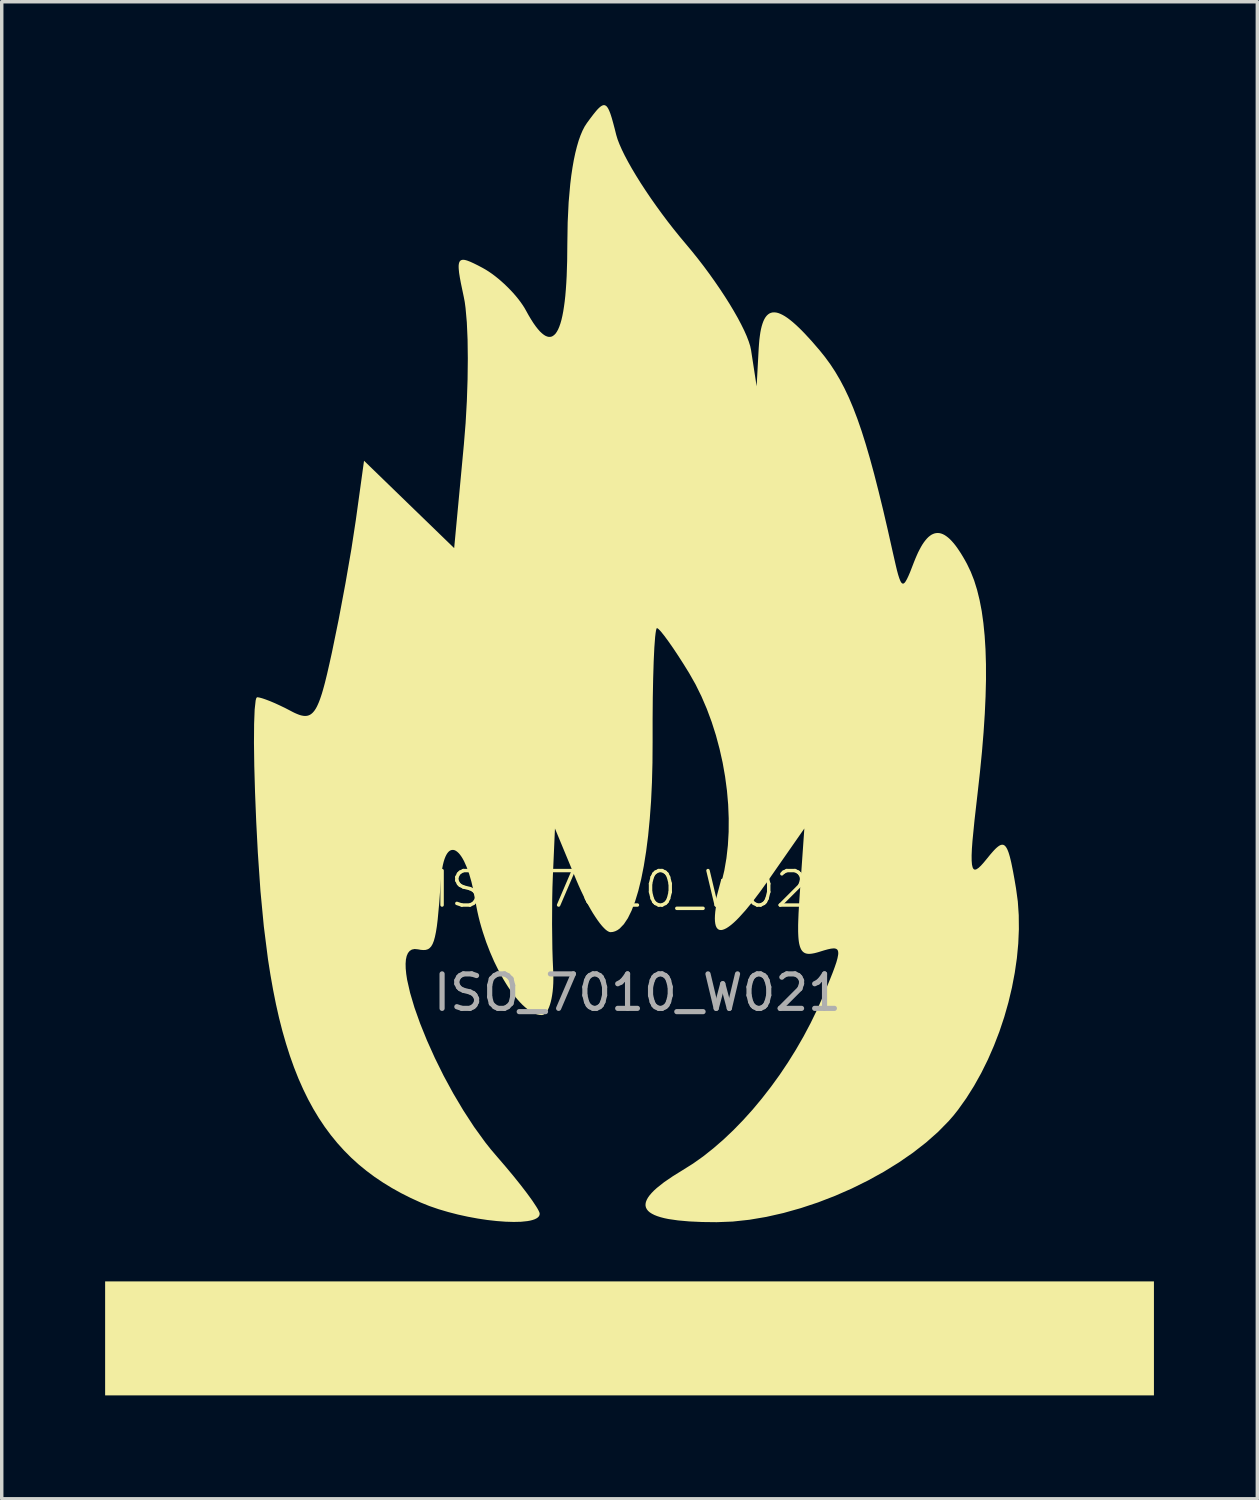
<source format=kicad_pcb>
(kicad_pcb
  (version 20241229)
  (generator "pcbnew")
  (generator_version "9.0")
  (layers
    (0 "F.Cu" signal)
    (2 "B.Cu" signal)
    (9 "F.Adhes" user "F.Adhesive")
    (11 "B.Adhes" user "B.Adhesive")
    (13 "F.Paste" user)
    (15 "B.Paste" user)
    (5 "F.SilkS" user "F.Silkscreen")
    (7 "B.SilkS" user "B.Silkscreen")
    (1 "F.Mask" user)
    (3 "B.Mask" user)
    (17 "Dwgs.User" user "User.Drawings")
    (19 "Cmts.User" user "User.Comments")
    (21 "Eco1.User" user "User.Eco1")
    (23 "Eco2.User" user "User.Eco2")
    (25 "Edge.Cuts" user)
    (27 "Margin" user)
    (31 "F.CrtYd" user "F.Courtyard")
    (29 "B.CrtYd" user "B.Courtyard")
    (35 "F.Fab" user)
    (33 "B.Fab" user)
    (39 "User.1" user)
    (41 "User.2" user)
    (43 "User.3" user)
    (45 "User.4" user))
  (footprint "ISO_7010_W021"
    (layer "F.Cu")
    (at 15.442 23.249)
    (property "Reference" "ISO_7010_W021" (at 0 -0.5 0) (unlocked yes) (layer "F.SilkS") (effects (font (size 1 1) (thickness 0.1))))
    (attr through_hole)
    (fp_poly (pts (xy 14.985 14.183) (xy -15.442 14.183) (xy -15.442 10.876) (xy 14.985 10.876)) (stroke (width 0) (type solid)) (fill yes) (layer "F.SilkS"))
    (fp_poly (pts (xy -0.957 -23.248) (xy -0.936 -23.242) (xy -0.915 -23.231) (xy -0.895 -23.215) (xy -0.876 -23.192) (xy -0.857 -23.165) (xy -0.839 -23.132) (xy -0.821 -23.093) (xy -0.802 -23.048) (xy -0.783 -22.998) (xy -0.745 -22.88) (xy -0.705 -22.738) (xy -0.661 -22.572) (xy -0.613 -22.381) (xy -0.575 -22.256) (xy -0.52 -22.113) (xy -0.45 -21.955) (xy -0.366 -21.783) (xy -0.268 -21.599) (xy -0.158 -21.404) (xy -0.036 -21.2) (xy 0.096 -20.988) (xy 0.238 -20.771) (xy 0.387 -20.55) (xy 0.545 -20.326) (xy 0.708 -20.101) (xy 0.876 -19.877) (xy 1.049 -19.655) (xy 1.225 -19.437) (xy 1.403 -19.224) (xy 1.58 -19.012) (xy 1.754 -18.795) (xy 1.924 -18.575) (xy 2.088 -18.353) (xy 2.246 -18.131) (xy 2.397 -17.911) (xy 2.54 -17.694) (xy 2.674 -17.482) (xy 2.797 -17.276) (xy 2.91 -17.078) (xy 3.01 -16.889) (xy 3.098 -16.711) (xy 3.171 -16.546) (xy 3.229 -16.395) (xy 3.272 -16.26) (xy 3.297 -16.143) (xy 3.459 -15.091) (xy 3.519 -16.194) (xy 3.528 -16.321) (xy 3.538 -16.441) (xy 3.552 -16.552) (xy 3.567 -16.655) (xy 3.585 -16.749) (xy 3.606 -16.835) (xy 3.63 -16.913) (xy 3.656 -16.983) (xy 3.685 -17.044) (xy 3.717 -17.097) (xy 3.752 -17.141) (xy 3.79 -17.177) (xy 3.831 -17.205) (xy 3.875 -17.224) (xy 3.923 -17.235) (xy 3.973 -17.237) (xy 4.027 -17.232) (xy 4.085 -17.218) (xy 4.145 -17.195) (xy 4.21 -17.164) (xy 4.278 -17.125) (xy 4.35 -17.077) (xy 4.425 -17.021) (xy 4.504 -16.957) (xy 4.587 -16.884) (xy 4.674 -16.803) (xy 4.765 -16.714) (xy 4.86 -16.616) (xy 5.063 -16.395) (xy 5.283 -16.14) (xy 5.443 -15.941) (xy 5.595 -15.733) (xy 5.739 -15.514) (xy 5.876 -15.281) (xy 6.008 -15.031) (xy 6.136 -14.761) (xy 6.26 -14.467) (xy 6.382 -14.147) (xy 6.503 -13.798) (xy 6.623 -13.417) (xy 6.745 -13) (xy 6.869 -12.545) (xy 6.996 -12.048) (xy 7.128 -11.508) (xy 7.265 -10.919) (xy 7.408 -10.281) (xy 7.495 -9.9) (xy 7.531 -9.749) (xy 7.565 -9.624) (xy 7.597 -9.524) (xy 7.627 -9.449) (xy 7.642 -9.42) (xy 7.656 -9.398) (xy 7.671 -9.382) (xy 7.686 -9.372) (xy 7.701 -9.367) (xy 7.716 -9.369) (xy 7.732 -9.376) (xy 7.748 -9.389) (xy 7.765 -9.408) (xy 7.782 -9.433) (xy 7.82 -9.499) (xy 7.862 -9.587) (xy 7.909 -9.696) (xy 8.019 -9.98) (xy 8.061 -10.085) (xy 8.103 -10.183) (xy 8.144 -10.274) (xy 8.187 -10.358) (xy 8.229 -10.436) (xy 8.271 -10.507) (xy 8.314 -10.57) (xy 8.358 -10.627) (xy 8.401 -10.677) (xy 8.445 -10.721) (xy 8.49 -10.757) (xy 8.534 -10.787) (xy 8.58 -10.809) (xy 8.625 -10.825) (xy 8.672 -10.834) (xy 8.718 -10.836) (xy 8.766 -10.832) (xy 8.814 -10.82) (xy 8.862 -10.802) (xy 8.911 -10.777) (xy 8.961 -10.744) (xy 9.012 -10.705) (xy 9.063 -10.66) (xy 9.115 -10.607) (xy 9.168 -10.547) (xy 9.222 -10.481) (xy 9.276 -10.408) (xy 9.331 -10.327) (xy 9.388 -10.24) (xy 9.445 -10.146) (xy 9.503 -10.046) (xy 9.562 -9.938) (xy 9.671 -9.71) (xy 9.769 -9.461) (xy 9.854 -9.188) (xy 9.927 -8.891) (xy 9.989 -8.57) (xy 10.037 -8.225) (xy 10.074 -7.853) (xy 10.099 -7.456) (xy 10.112 -7.032) (xy 10.113 -6.581) (xy 10.101 -6.102) (xy 10.078 -5.594) (xy 10.043 -5.057) (xy 9.996 -4.49) (xy 9.937 -3.893) (xy 9.867 -3.265) (xy 9.779 -2.495) (xy 9.721 -1.906) (xy 9.704 -1.676) (xy 9.696 -1.485) (xy 9.697 -1.333) (xy 9.706 -1.217) (xy 9.725 -1.136) (xy 9.738 -1.108) (xy 9.753 -1.088) (xy 9.771 -1.075) (xy 9.791 -1.07) (xy 9.814 -1.073) (xy 9.839 -1.082) (xy 9.898 -1.121) (xy 9.967 -1.186) (xy 10.046 -1.274) (xy 10.137 -1.384) (xy 10.232 -1.501) (xy 10.317 -1.599) (xy 10.356 -1.641) (xy 10.393 -1.679) (xy 10.428 -1.711) (xy 10.461 -1.738) (xy 10.492 -1.76) (xy 10.521 -1.776) (xy 10.549 -1.787) (xy 10.575 -1.792) (xy 10.588 -1.792) (xy 10.601 -1.791) (xy 10.613 -1.789) (xy 10.624 -1.785) (xy 10.636 -1.78) (xy 10.647 -1.773) (xy 10.669 -1.754) (xy 10.69 -1.729) (xy 10.71 -1.698) (xy 10.73 -1.661) (xy 10.749 -1.616) (xy 10.768 -1.566) (xy 10.786 -1.508) (xy 10.805 -1.443) (xy 10.823 -1.371) (xy 10.842 -1.292) (xy 10.86 -1.206) (xy 10.899 -1.011) (xy 10.94 -0.785) (xy 10.984 -0.527) (xy 11.036 -0.145) (xy 11.063 0.251) (xy 11.067 0.659) (xy 11.049 1.075) (xy 11.009 1.498) (xy 10.947 1.925) (xy 10.865 2.354) (xy 10.763 2.783) (xy 10.642 3.208) (xy 10.502 3.628) (xy 10.343 4.04) (xy 10.168 4.441) (xy 9.975 4.831) (xy 9.766 5.205) (xy 9.542 5.561) (xy 9.302 5.898) (xy 9.173 6.061) (xy 9.033 6.222) (xy 8.722 6.539) (xy 8.375 6.846) (xy 7.994 7.143) (xy 7.584 7.426) (xy 7.149 7.695) (xy 6.693 7.947) (xy 6.22 8.181) (xy 5.734 8.394) (xy 5.239 8.585) (xy 4.738 8.751) (xy 4.237 8.892) (xy 3.738 9.005) (xy 3.247 9.088) (xy 2.766 9.14) (xy 2.3 9.158) (xy 1.879 9.153) (xy 1.506 9.136) (xy 1.18 9.107) (xy 0.903 9.067) (xy 0.782 9.042) (xy 0.674 9.014) (xy 0.577 8.983) (xy 0.492 8.949) (xy 0.42 8.912) (xy 0.359 8.873) (xy 0.31 8.83) (xy 0.274 8.784) (xy 0.249 8.735) (xy 0.236 8.683) (xy 0.236 8.629) (xy 0.247 8.571) (xy 0.271 8.51) (xy 0.306 8.446) (xy 0.353 8.38) (xy 0.413 8.31) (xy 0.484 8.237) (xy 0.567 8.162) (xy 0.77 8.001) (xy 1.021 7.829) (xy 1.319 7.644) (xy 1.615 7.458) (xy 1.911 7.248) (xy 2.204 7.015) (xy 2.496 6.762) (xy 2.783 6.49) (xy 3.066 6.199) (xy 3.343 5.892) (xy 3.612 5.569) (xy 3.874 5.232) (xy 4.127 4.883) (xy 4.369 4.522) (xy 4.6 4.151) (xy 4.819 3.771) (xy 5.024 3.384) (xy 5.215 2.991) (xy 5.39 2.593) (xy 5.586 2.117) (xy 5.663 1.924) (xy 5.725 1.757) (xy 5.773 1.616) (xy 5.805 1.499) (xy 5.823 1.405) (xy 5.827 1.366) (xy 5.826 1.331) (xy 5.822 1.302) (xy 5.814 1.277) (xy 5.803 1.257) (xy 5.787 1.241) (xy 5.768 1.229) (xy 5.745 1.221) (xy 5.718 1.216) (xy 5.687 1.215) (xy 5.614 1.223) (xy 5.525 1.242) (xy 5.42 1.271) (xy 5.3 1.308) (xy 5.242 1.326) (xy 5.187 1.341) (xy 5.135 1.354) (xy 5.086 1.363) (xy 5.041 1.37) (xy 4.998 1.373) (xy 4.958 1.373) (xy 4.921 1.369) (xy 4.887 1.361) (xy 4.856 1.349) (xy 4.827 1.332) (xy 4.801 1.311) (xy 4.778 1.286) (xy 4.756 1.255) (xy 4.738 1.219) (xy 4.721 1.178) (xy 4.707 1.132) (xy 4.694 1.08) (xy 4.684 1.022) (xy 4.676 0.957) (xy 4.67 0.887) (xy 4.666 0.81) (xy 4.663 0.726) (xy 4.663 0.635) (xy 4.663 0.538) (xy 4.666 0.432) (xy 4.675 0.2) (xy 4.69 -0.065) (xy 4.71 -0.363) (xy 4.843 -2.263) (xy 3.796 -0.76) (xy 3.557 -0.425) (xy 3.337 -0.135) (xy 3.135 0.111) (xy 2.953 0.313) (xy 2.87 0.398) (xy 2.791 0.472) (xy 2.718 0.534) (xy 2.649 0.586) (xy 2.586 0.627) (xy 2.528 0.656) (xy 2.476 0.675) (xy 2.428 0.683) (xy 2.386 0.679) (xy 2.35 0.665) (xy 2.319 0.639) (xy 2.293 0.603) (xy 2.273 0.555) (xy 2.259 0.497) (xy 2.25 0.427) (xy 2.247 0.346) (xy 2.25 0.255) (xy 2.259 0.152) (xy 2.274 0.038) (xy 2.295 -0.087) (xy 2.354 -0.369) (xy 2.438 -0.696) (xy 2.521 -1.042) (xy 2.583 -1.403) (xy 2.625 -1.778) (xy 2.647 -2.164) (xy 2.649 -2.558) (xy 2.633 -2.959) (xy 2.598 -3.363) (xy 2.544 -3.769) (xy 2.473 -4.173) (xy 2.383 -4.574) (xy 2.277 -4.97) (xy 2.154 -5.356) (xy 2.014 -5.733) (xy 1.858 -6.096) (xy 1.687 -6.443) (xy 1.5 -6.773) (xy 1.338 -7.035) (xy 1.181 -7.279) (xy 1.034 -7.5) (xy 0.899 -7.693) (xy 0.782 -7.852) (xy 0.685 -7.973) (xy 0.645 -8.017) (xy 0.612 -8.049) (xy 0.586 -8.069) (xy 0.568 -8.076) (xy 0.56 -8.071) (xy 0.553 -8.059) (xy 0.54 -8.008) (xy 0.527 -7.926) (xy 0.514 -7.815) (xy 0.491 -7.509) (xy 0.472 -7.104) (xy 0.457 -6.614) (xy 0.446 -6.053) (xy 0.441 -5.433) (xy 0.441 -4.768) (xy 0.437 -4.172) (xy 0.422 -3.6) (xy 0.396 -3.055) (xy 0.358 -2.539) (xy 0.311 -2.053) (xy 0.253 -1.599) (xy 0.186 -1.18) (xy 0.11 -0.796) (xy 0.025 -0.451) (xy -0.068 -0.145) (xy -0.169 0.119) (xy -0.277 0.339) (xy -0.393 0.513) (xy -0.515 0.64) (xy -0.578 0.685) (xy -0.643 0.717) (xy -0.71 0.737) (xy -0.777 0.744) (xy -0.797 0.742) (xy -0.818 0.736) (xy -0.84 0.726) (xy -0.864 0.713) (xy -0.889 0.696) (xy -0.915 0.676) (xy -0.942 0.652) (xy -0.969 0.625) (xy -0.998 0.595) (xy -1.028 0.562) (xy -1.09 0.486) (xy -1.154 0.399) (xy -1.22 0.302) (xy -1.289 0.195) (xy -1.358 0.079) (xy -1.428 -0.045) (xy -1.498 -0.176) (xy -1.567 -0.314) (xy -1.636 -0.458) (xy -1.703 -0.606) (xy -1.769 -0.76) (xy -2.392 -2.263) (xy -2.454 -0.86) (xy -2.465 -0.551) (xy -2.472 -0.212) (xy -2.476 0.514) (xy -2.467 1.23) (xy -2.457 1.556) (xy -2.444 1.846) (xy -2.439 1.979) (xy -2.438 2.108) (xy -2.441 2.232) (xy -2.448 2.352) (xy -2.459 2.466) (xy -2.474 2.573) (xy -2.492 2.674) (xy -2.513 2.766) (xy -2.538 2.851) (xy -2.565 2.926) (xy -2.595 2.991) (xy -2.628 3.046) (xy -2.663 3.09) (xy -2.682 3.108) (xy -2.701 3.122) (xy -2.72 3.134) (xy -2.74 3.142) (xy -2.76 3.147) (xy -2.781 3.149) (xy -2.845 3.144) (xy -2.911 3.13) (xy -2.978 3.106) (xy -3.046 3.073) (xy -3.116 3.031) (xy -3.186 2.981) (xy -3.257 2.923) (xy -3.329 2.858) (xy -3.4 2.785) (xy -3.472 2.705) (xy -3.544 2.619) (xy -3.616 2.526) (xy -3.687 2.427) (xy -3.758 2.322) (xy -3.827 2.212) (xy -3.896 2.097) (xy -4.029 1.854) (xy -4.157 1.594) (xy -4.276 1.32) (xy -4.386 1.036) (xy -4.484 0.743) (xy -4.529 0.594) (xy -4.571 0.445) (xy -4.609 0.294) (xy -4.643 0.143) (xy -4.673 -0.008) (xy -4.7 -0.158) (xy -4.754 -0.452) (xy -4.815 -0.716) (xy -4.882 -0.949) (xy -4.955 -1.149) (xy -5.03 -1.317) (xy -5.069 -1.388) (xy -5.108 -1.451) (xy -5.147 -1.505) (xy -5.186 -1.55) (xy -5.225 -1.586) (xy -5.264 -1.614) (xy -5.302 -1.633) (xy -5.34 -1.642) (xy -5.376 -1.642) (xy -5.412 -1.633) (xy -5.447 -1.615) (xy -5.48 -1.587) (xy -5.512 -1.549) (xy -5.542 -1.501) (xy -5.57 -1.444) (xy -5.596 -1.377) (xy -5.62 -1.3) (xy -5.642 -1.212) (xy -5.661 -1.115) (xy -5.678 -1.007) (xy -5.702 -0.76) (xy -5.748 -0.12) (xy -5.794 0.375) (xy -5.818 0.574) (xy -5.845 0.742) (xy -5.874 0.882) (xy -5.906 0.997) (xy -5.942 1.088) (xy -5.983 1.158) (xy -6.03 1.208) (xy -6.055 1.226) (xy -6.083 1.241) (xy -6.142 1.259) (xy -6.209 1.263) (xy -6.285 1.257) (xy -6.369 1.242) (xy -6.464 1.233) (xy -6.543 1.249) (xy -6.607 1.289) (xy -6.657 1.351) (xy -6.693 1.434) (xy -6.716 1.538) (xy -6.725 1.659) (xy -6.722 1.799) (xy -6.707 1.954) (xy -6.681 2.125) (xy -6.594 2.507) (xy -6.467 2.935) (xy -6.302 3.398) (xy -6.104 3.888) (xy -5.876 4.395) (xy -5.622 4.909) (xy -5.345 5.419) (xy -5.049 5.917) (xy -4.739 6.393) (xy -4.417 6.838) (xy -4.253 7.045) (xy -4.087 7.24) (xy -3.836 7.532) (xy -3.601 7.813) (xy -3.388 8.079) (xy -3.203 8.32) (xy -3.049 8.532) (xy -2.934 8.706) (xy -2.891 8.777) (xy -2.86 8.836) (xy -2.841 8.882) (xy -2.835 8.915) (xy -2.841 8.954) (xy -2.859 8.989) (xy -2.889 9.021) (xy -2.93 9.049) (xy -2.982 9.074) (xy -3.043 9.095) (xy -3.114 9.113) (xy -3.193 9.127) (xy -3.376 9.146) (xy -3.588 9.151) (xy -3.823 9.144) (xy -4.078 9.125) (xy -4.349 9.095) (xy -4.629 9.053) (xy -4.916 9) (xy -5.205 8.937) (xy -5.491 8.863) (xy -5.769 8.781) (xy -6.036 8.689) (xy -6.287 8.588) (xy -6.287 8.588) (xy -6.287 8.588) (xy -6.287 8.588) (xy -6.287 8.588) (xy -6.287 8.588) (xy -6.287 8.588) (xy -6.287 8.588) (xy -6.287 8.588) (xy -6.287 8.588) (xy -6.287 8.588) (xy -6.287 8.588) (xy -6.287 8.588) (xy -6.576 8.456) (xy -6.854 8.316) (xy -7.122 8.167) (xy -7.378 8.01) (xy -7.625 7.844) (xy -7.861 7.668) (xy -8.087 7.483) (xy -8.303 7.287) (xy -8.509 7.08) (xy -8.706 6.862) (xy -8.893 6.633) (xy -9.072 6.391) (xy -9.241 6.138) (xy -9.402 5.871) (xy -9.554 5.592) (xy -9.698 5.298) (xy -9.834 4.991) (xy -9.961 4.67) (xy -10.081 4.334) (xy -10.193 3.982) (xy -10.298 3.616) (xy -10.396 3.233) (xy -10.486 2.834) (xy -10.569 2.418) (xy -10.646 1.984) (xy -10.717 1.534) (xy -10.838 0.578) (xy -10.936 -0.452) (xy -11.012 -1.561) (xy -11.059 -2.467) (xy -11.093 -3.312) (xy -11.115 -4.078) (xy -11.124 -4.747) (xy -11.12 -5.298) (xy -11.104 -5.715) (xy -11.075 -5.979) (xy -11.056 -6.048) (xy -11.034 -6.071) (xy -11.006 -6.069) (xy -10.971 -6.063) (xy -10.931 -6.053) (xy -10.884 -6.04) (xy -10.832 -6.023) (xy -10.776 -6.003) (xy -10.715 -5.98) (xy -10.65 -5.955) (xy -10.511 -5.896) (xy -10.364 -5.828) (xy -10.211 -5.754) (xy -10.057 -5.674) (xy -9.996 -5.642) (xy -9.939 -5.614) (xy -9.884 -5.59) (xy -9.832 -5.569) (xy -9.783 -5.552) (xy -9.736 -5.54) (xy -9.691 -5.532) (xy -9.648 -5.528) (xy -9.607 -5.53) (xy -9.568 -5.536) (xy -9.53 -5.548) (xy -9.494 -5.565) (xy -9.46 -5.588) (xy -9.426 -5.617) (xy -9.394 -5.652) (xy -9.362 -5.693) (xy -9.331 -5.741) (xy -9.301 -5.795) (xy -9.272 -5.857) (xy -9.242 -5.925) (xy -9.213 -6.001) (xy -9.184 -6.084) (xy -9.154 -6.175) (xy -9.125 -6.274) (xy -9.095 -6.381) (xy -9.064 -6.497) (xy -9.001 -6.754) (xy -8.934 -7.047) (xy -8.861 -7.377) (xy -8.666 -8.33) (xy -8.471 -9.369) (xy -8.298 -10.369) (xy -8.17 -11.205) (xy -7.931 -12.932) (xy -6.624 -11.665) (xy -5.316 -10.398) (xy -5.035 -13.397) (xy -4.984 -14.026) (xy -4.948 -14.664) (xy -4.927 -15.292) (xy -4.92 -15.894) (xy -4.927 -16.451) (xy -4.949 -16.947) (xy -4.986 -17.364) (xy -5.009 -17.537) (xy -5.037 -17.684) (xy -5.121 -18.084) (xy -5.151 -18.246) (xy -5.173 -18.384) (xy -5.184 -18.499) (xy -5.186 -18.548) (xy -5.186 -18.592) (xy -5.182 -18.63) (xy -5.176 -18.663) (xy -5.167 -18.691) (xy -5.155 -18.715) (xy -5.139 -18.733) (xy -5.121 -18.747) (xy -5.1 -18.756) (xy -5.075 -18.761) (xy -5.046 -18.762) (xy -5.015 -18.759) (xy -4.979 -18.751) (xy -4.94 -18.74) (xy -4.851 -18.706) (xy -4.746 -18.658) (xy -4.625 -18.598) (xy -4.487 -18.525) (xy -4.4 -18.475) (xy -4.311 -18.419) (xy -4.221 -18.357) (xy -4.13 -18.289) (xy -4.04 -18.217) (xy -3.95 -18.14) (xy -3.861 -18.06) (xy -3.775 -17.977) (xy -3.691 -17.892) (xy -3.61 -17.806) (xy -3.533 -17.718) (xy -3.461 -17.63) (xy -3.394 -17.542) (xy -3.333 -17.455) (xy -3.278 -17.37) (xy -3.231 -17.287) (xy -3.158 -17.155) (xy -3.087 -17.036) (xy -3.019 -16.929) (xy -2.953 -16.835) (xy -2.889 -16.754) (xy -2.828 -16.684) (xy -2.768 -16.628) (xy -2.711 -16.583) (xy -2.657 -16.551) (xy -2.604 -16.532) (xy -2.579 -16.527) (xy -2.554 -16.525) (xy -2.529 -16.526) (xy -2.506 -16.53) (xy -2.483 -16.537) (xy -2.46 -16.548) (xy -2.417 -16.578) (xy -2.375 -16.62) (xy -2.337 -16.675) (xy -2.3 -16.742) (xy -2.266 -16.822) (xy -2.234 -16.913) (xy -2.204 -17.017) (xy -2.177 -17.134) (xy -2.152 -17.263) (xy -2.13 -17.404) (xy -2.109 -17.557) (xy -2.091 -17.722) (xy -2.076 -17.9) (xy -2.063 -18.09) (xy -2.052 -18.293) (xy -2.038 -18.734) (xy -2.033 -19.224) (xy -2.023 -19.849) (xy -1.995 -20.43) (xy -1.948 -20.962) (xy -1.918 -21.208) (xy -1.883 -21.44) (xy -1.845 -21.657) (xy -1.802 -21.86) (xy -1.755 -22.047) (xy -1.705 -22.218) (xy -1.65 -22.373) (xy -1.592 -22.51) (xy -1.53 -22.63) (xy -1.464 -22.731) (xy -1.368 -22.862) (xy -1.282 -22.975) (xy -1.206 -23.069) (xy -1.172 -23.109) (xy -1.139 -23.144) (xy -1.108 -23.174) (xy -1.079 -23.199) (xy -1.052 -23.219) (xy -1.026 -23.234) (xy -1.002 -23.244) (xy -0.979 -23.249)) (stroke (width 0) (type solid)) (fill yes) (layer "F.SilkS"))
    (fp_text user "${REFERENCE}" (at 0 2.5 0) (unlocked yes) (layer "F.Fab") (effects (font (size 1 1) (thickness 0.15)))))
  (gr_rect
    (start -3 -3)
    (end 33.427 40.432)
    (stroke (width 0.1) (type default))
    (fill no)
    (layer "Edge.Cuts")))
</source>
